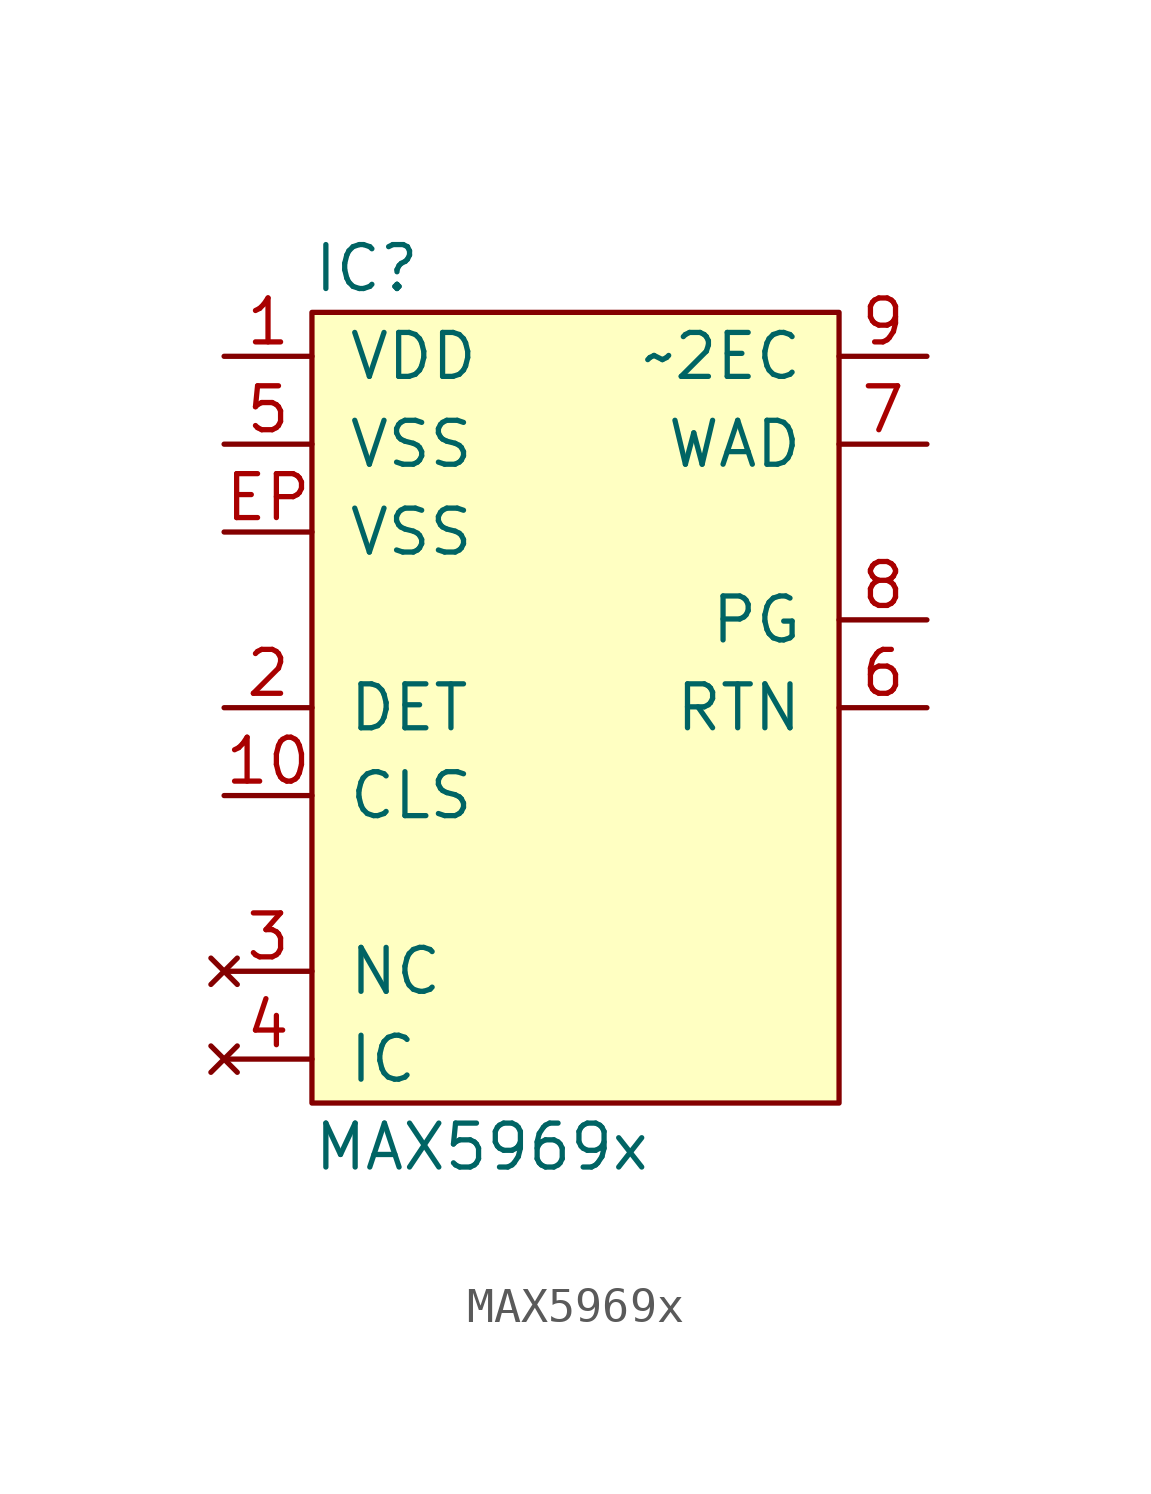
<source format=kicad_sym>
(kicad_symbol_lib
  (version 20211014)
  (generator agg_kicad.build_lib_ic)
  (symbol "MAX5969x"
    (pin_names
      (offset 1.016))
    (property Reference IC
      (at -7.62 12.7 0)
      (effects (font (size 1.27 1.27)) (justify left)))
    (property Value "MAX5969x"
      (at -7.62 -12.7 0)
      (effects (font (size 1.27 1.27)) (justify left)))
    (symbol "MAX5969x_0_0"
      (rectangle (start -7.62 11.43) (end 7.62 -11.43) (stroke (width 0) (type default) (color 0 0 0 0)) (fill (type background)))
      (pin power_in line (at -10.16 10.16 0) (length 2.54) (name VDD (effects (font (size 1.27 1.27)))) (number "1" (effects (font (size 1.27 1.27)))))
      (pin power_in line (at -10.16 7.62 0) (length 2.54) (name VSS (effects (font (size 1.27 1.27)))) (number "5" (effects (font (size 1.27 1.27)))))
      (pin power_in line (at -10.16 5.08 0) (length 2.54) (name VSS (effects (font (size 1.27 1.27)))) (number EP (effects (font (size 1.27 1.27)))))
      (pin input line (at -10.16 0 0) (length 2.54) (name DET (effects (font (size 1.27 1.27)))) (number "2" (effects (font (size 1.27 1.27)))))
      (pin input line (at -10.16 -2.54 0) (length 2.54) (name CLS (effects (font (size 1.27 1.27)))) (number "10" (effects (font (size 1.27 1.27)))))
      (pin no_connect line (at -10.16 -7.62 0) (length 2.54) (name NC (effects (font (size 1.27 1.27)))) (number "3" (effects (font (size 1.27 1.27)))))
      (pin no_connect line (at -10.16 -10.16 0) (length 2.54) (name IC (effects (font (size 1.27 1.27)))) (number "4" (effects (font (size 1.27 1.27)))))
      (pin output line (at 10.16 10.16 180) (length 2.54) (name "~2EC" (effects (font (size 1.27 1.27)))) (number "9" (effects (font (size 1.27 1.27)))))
      (pin input line (at 10.16 7.62 180) (length 2.54) (name WAD (effects (font (size 1.27 1.27)))) (number "7" (effects (font (size 1.27 1.27)))))
      (pin output line (at 10.16 2.54 180) (length 2.54) (name PG (effects (font (size 1.27 1.27)))) (number "8" (effects (font (size 1.27 1.27)))))
      (pin power_out line (at 10.16 0 180) (length 2.54) (name RTN (effects (font (size 1.27 1.27)))) (number "6" (effects (font (size 1.27 1.27))))))))
</source>
